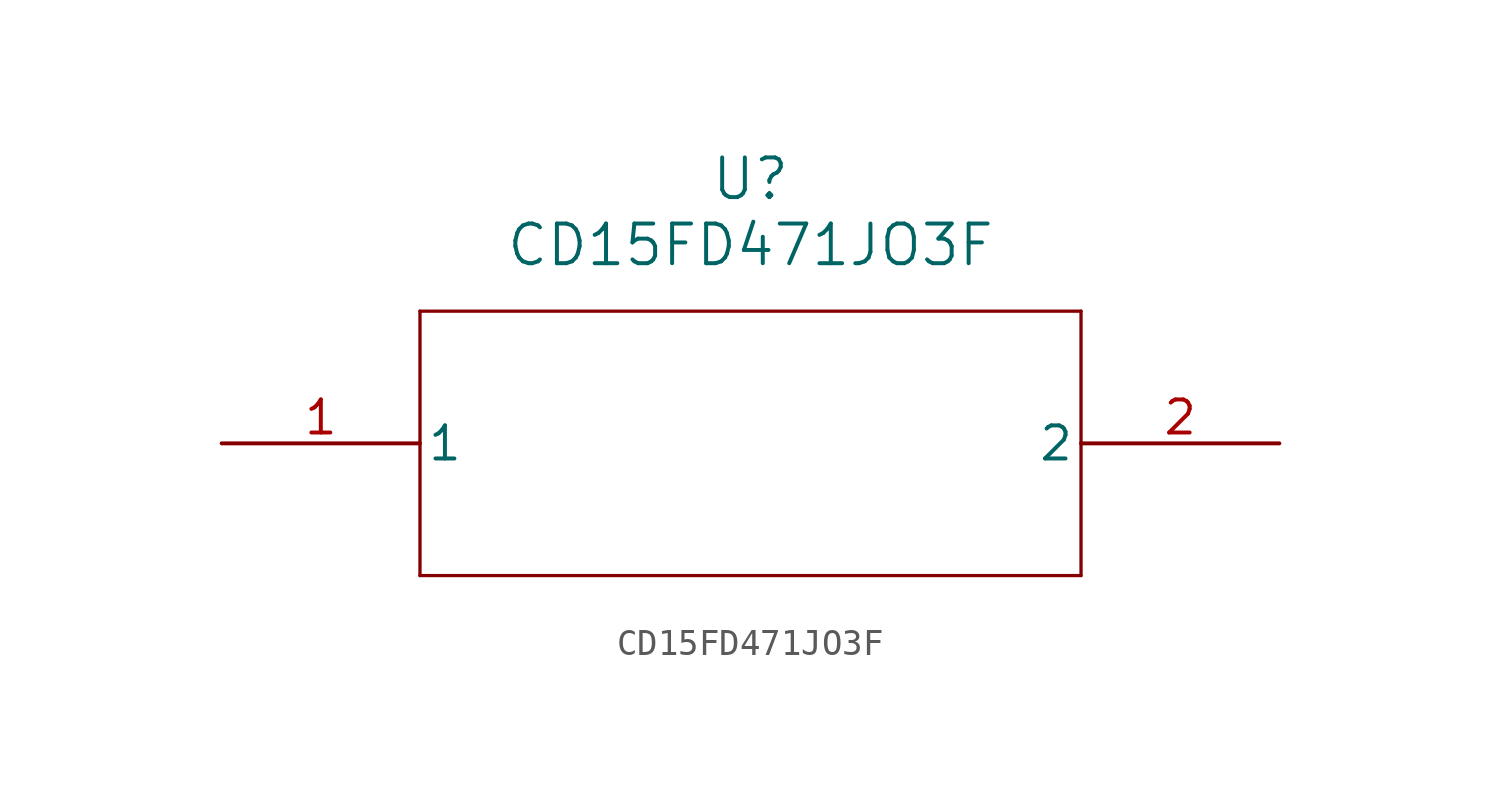
<source format=kicad_sym>
(kicad_symbol_lib
  (version 20211014)
  (generator kicad_symbol_editor)
  (symbol "CD15FD471JO3F"
    (pin_names
      (offset 0.254))
    (property "Reference" "U"
      (at 20.32 10.16 0)
      (effects (font (size 1.524 1.524))))
    (property "Value" "CD15FD471JO3F"
      (at 20.32 7.62 0)
      (effects (font (size 1.524 1.524))))
    (symbol "CD15FD471JO3F_0_1"
      (polyline (pts (xy 7.62 5.08) (xy 7.62 -5.08)) (stroke (width 0.127) (type default) (color 0 0 0 0)) (fill (type none)))
      (polyline (pts (xy 7.62 -5.08) (xy 33.02 -5.08)) (stroke (width 0.127) (type default) (color 0 0 0 0)) (fill (type none)))
      (polyline (pts (xy 33.02 -5.08) (xy 33.02 5.08)) (stroke (width 0.127) (type default) (color 0 0 0 0)) (fill (type none)))
      (polyline (pts (xy 33.02 5.08) (xy 7.62 5.08)) (stroke (width 0.127) (type default) (color 0 0 0 0)) (fill (type none)))
      (pin unspecified line (at 0 0 0) (length 7.62) (name "1" (effects (font (size 1.27 1.27)))) (number "1" (effects (font (size 1.27 1.27)))))
      (pin unspecified line (at 40.64 0 180) (length 7.62) (name "2" (effects (font (size 1.27 1.27)))) (number "2" (effects (font (size 1.27 1.27))))))))
</source>
